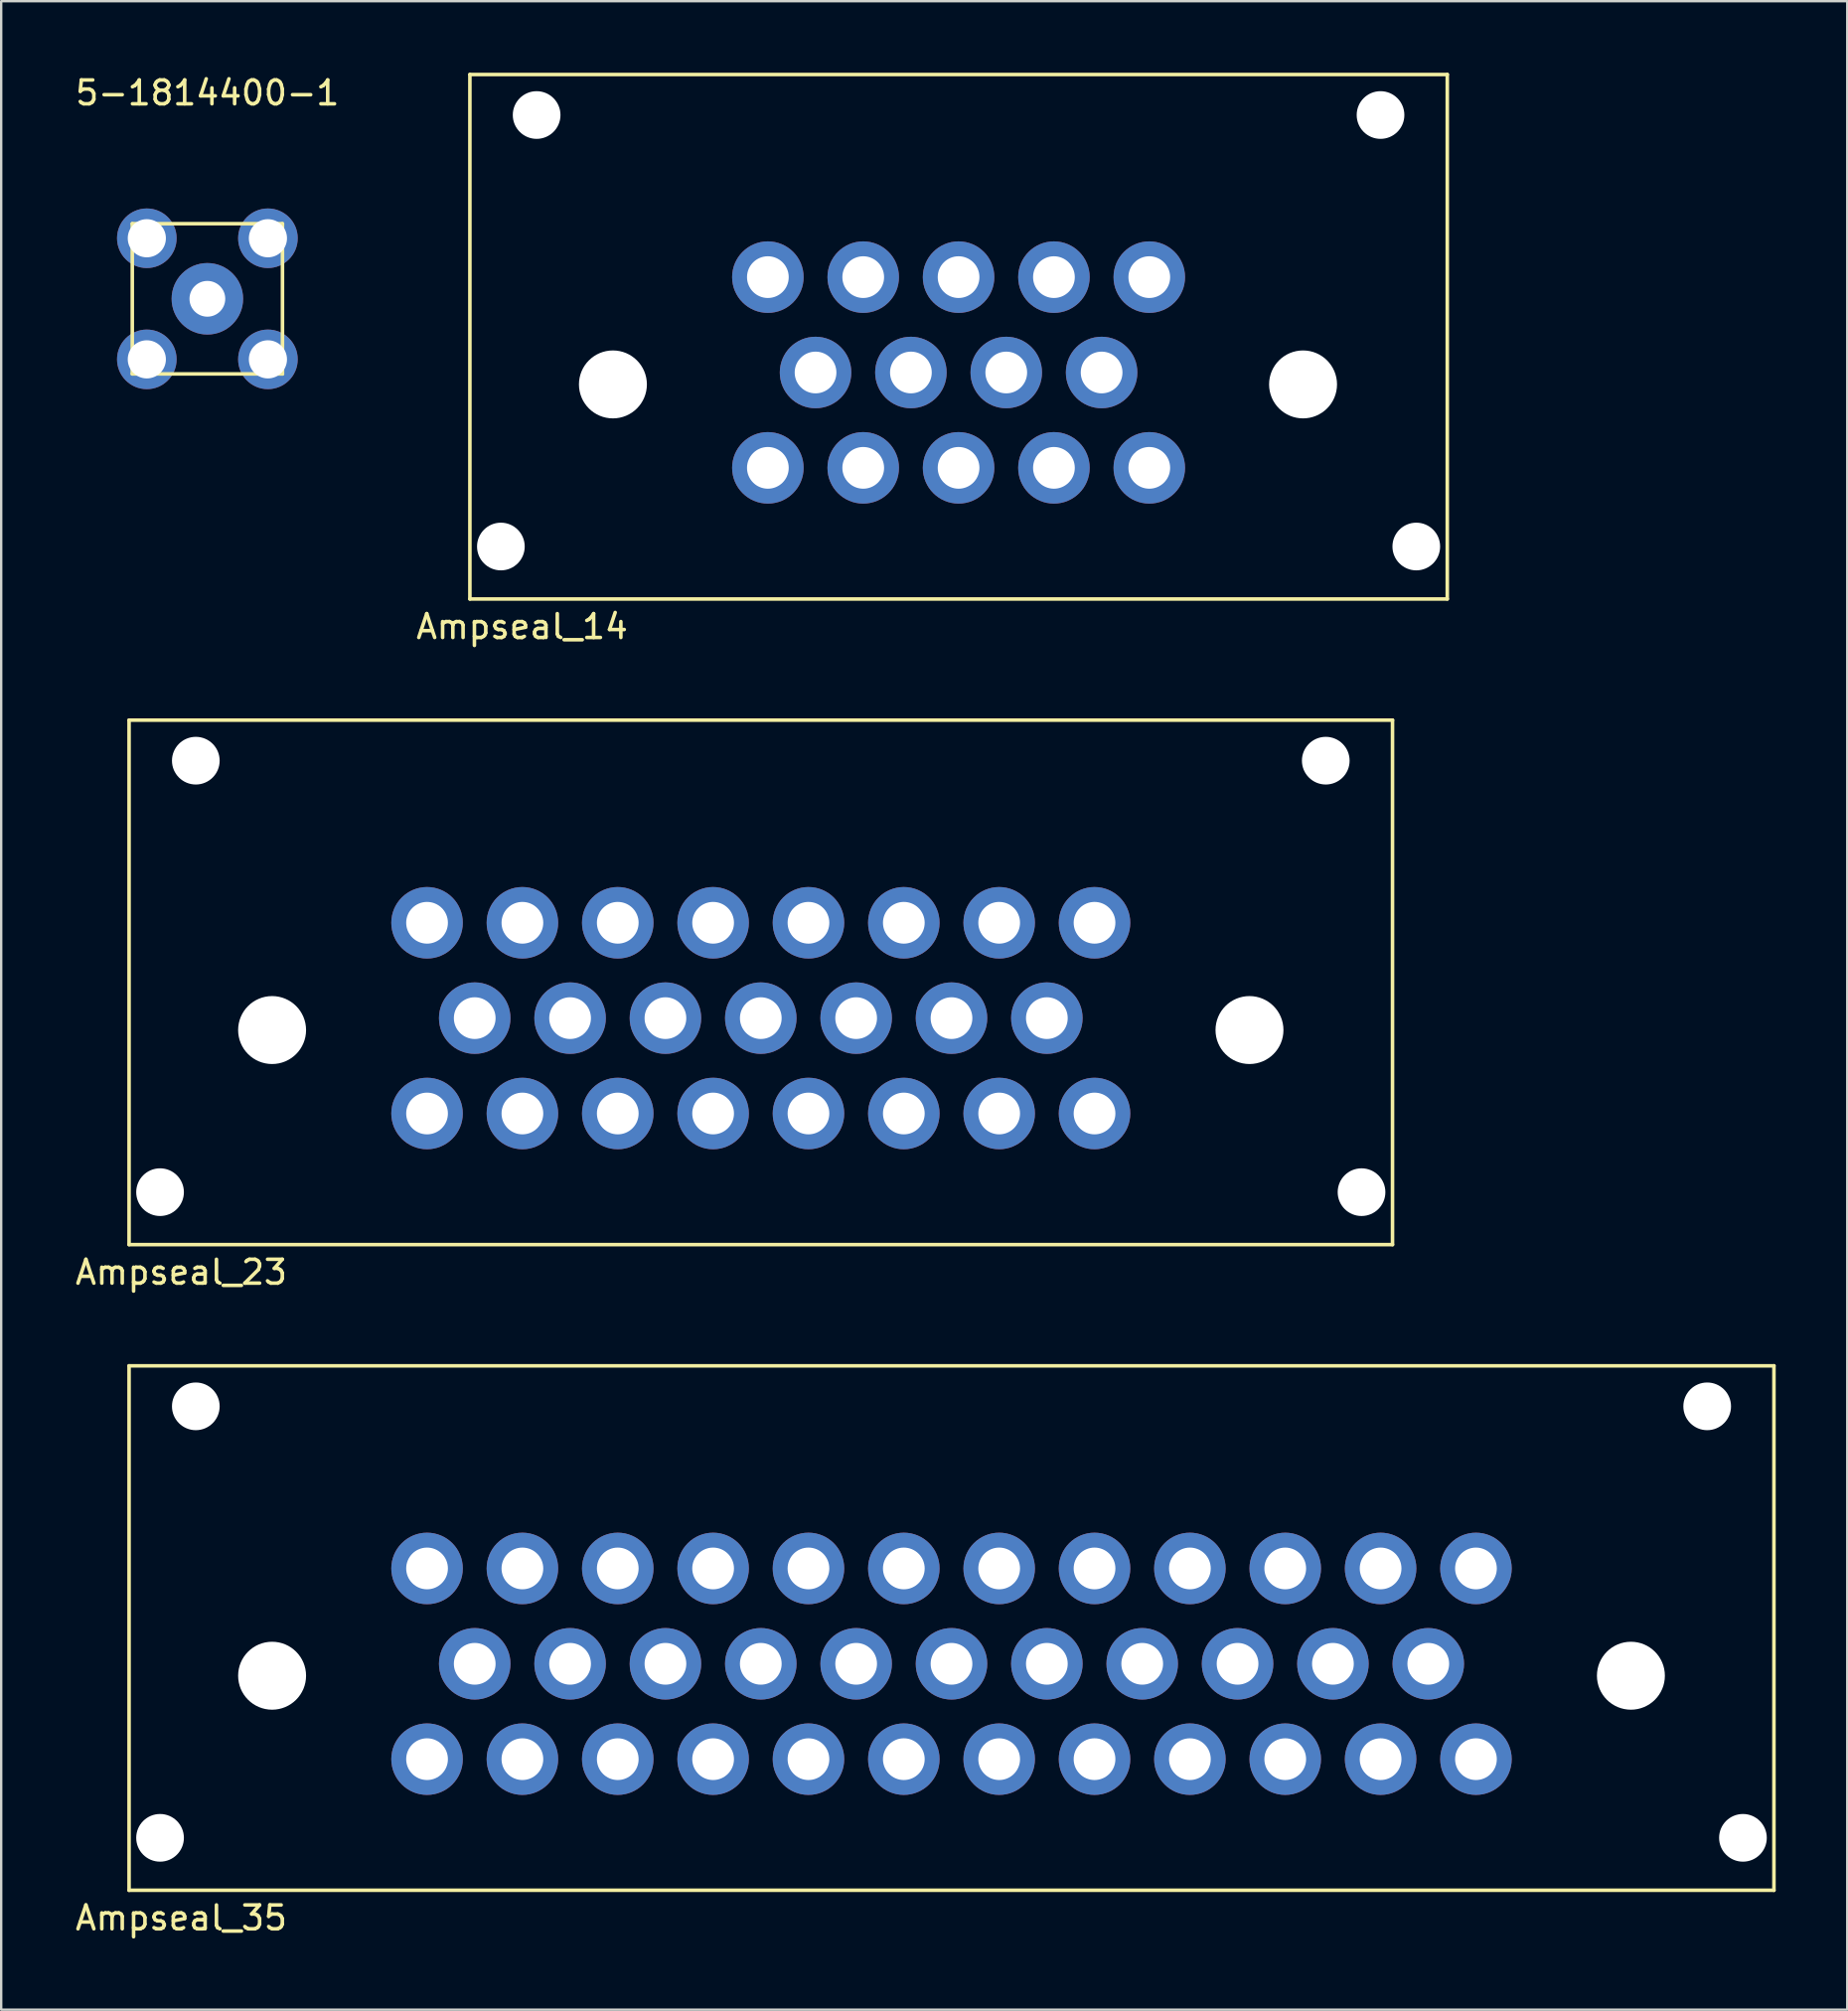
<source format=kicad_pcb>
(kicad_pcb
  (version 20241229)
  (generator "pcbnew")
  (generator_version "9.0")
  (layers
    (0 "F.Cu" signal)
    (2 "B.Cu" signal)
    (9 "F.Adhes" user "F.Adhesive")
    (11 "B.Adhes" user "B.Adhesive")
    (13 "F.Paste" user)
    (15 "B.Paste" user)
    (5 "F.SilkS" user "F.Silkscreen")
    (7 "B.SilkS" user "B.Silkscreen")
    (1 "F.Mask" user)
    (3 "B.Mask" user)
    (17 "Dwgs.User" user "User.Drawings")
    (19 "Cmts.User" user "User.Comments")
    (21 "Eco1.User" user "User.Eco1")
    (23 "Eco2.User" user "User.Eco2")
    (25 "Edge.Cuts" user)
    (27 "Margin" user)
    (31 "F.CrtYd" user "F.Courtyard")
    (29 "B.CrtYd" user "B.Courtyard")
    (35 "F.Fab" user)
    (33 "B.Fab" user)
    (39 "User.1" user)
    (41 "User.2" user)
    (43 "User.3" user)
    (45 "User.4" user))
  (footprint "Ampseal_14"
    (layer "F.Cu")
    (at 22.661 13.075)
    (property "Reference" "Ampseal_14" (at -3.81 10.16 0) (layer "F.SilkS") (effects (font (size 1 1) (thickness 0.15))))
    (attr through_hole)
    (fp_line (start -6 -13) (end 35 -13) (stroke (width 0.15) (type solid)) (layer "F.SilkS"))
    (fp_line (start -6 9) (end -6 -13) (stroke (width 0.15) (type solid)) (layer "F.SilkS"))
    (fp_line (start 35 -13) (end 35 9) (stroke (width 0.15) (type solid)) (layer "F.SilkS"))
    (fp_line (start 35 9) (end -6 9) (stroke (width 0.15) (type solid)) (layer "F.SilkS"))
    (pad "" np_thru_hole circle (at -4.7 6.8) (size 2 2) (drill 2) (layers "*.Cu" "*.Mask"))
    (pad "" np_thru_hole circle (at -3.2 -11.3) (size 2 2) (drill 2) (layers "*.Cu" "*.Mask"))
    (pad "" np_thru_hole circle (at 0 0) (size 2.85 2.85) (drill 2.85) (layers "*.Cu" "*.Mask"))
    (pad "" np_thru_hole circle (at 28.95 0) (size 2.85 2.85) (drill 2.85) (layers "*.Cu" "*.Mask"))
    (pad "" np_thru_hole circle (at 32.2 -11.3) (size 2 2) (drill 2) (layers "*.Cu" "*.Mask"))
    (pad "" np_thru_hole circle (at 33.7 6.8) (size 2 2) (drill 2) (layers "*.Cu" "*.Mask"))
    (pad "1" thru_hole circle (at 6.5 -4.5) (size 3 3) (drill 1.75) (layers "*.Cu" "*.Mask"))
    (pad "2" thru_hole circle (at 10.5 -4.5) (size 3 3) (drill 1.75) (layers "*.Cu" "*.Mask"))
    (pad "3" thru_hole circle (at 14.5 -4.5) (size 3 3) (drill 1.75) (layers "*.Cu" "*.Mask"))
    (pad "4" thru_hole circle (at 18.5 -4.5) (size 3 3) (drill 1.75) (layers "*.Cu" "*.Mask"))
    (pad "5" thru_hole circle (at 22.5 -4.5) (size 3 3) (drill 1.75) (layers "*.Cu" "*.Mask"))
    (pad "6" thru_hole circle (at 8.5 -0.5) (size 3 3) (drill 1.75) (layers "*.Cu" "*.Mask"))
    (pad "7" thru_hole circle (at 12.5 -0.5) (size 3 3) (drill 1.75) (layers "*.Cu" "*.Mask"))
    (pad "8" thru_hole circle (at 16.5 -0.5) (size 3 3) (drill 1.75) (layers "*.Cu" "*.Mask"))
    (pad "9" thru_hole circle (at 20.5 -0.5) (size 3 3) (drill 1.75) (layers "*.Cu" "*.Mask"))
    (pad "10" thru_hole circle (at 6.5 3.5) (size 3 3) (drill 1.75) (layers "*.Cu" "*.Mask"))
    (pad "11" thru_hole circle (at 10.5 3.5) (size 3 3) (drill 1.75) (layers "*.Cu" "*.Mask"))
    (pad "12" thru_hole circle (at 14.5 3.5) (size 3 3) (drill 1.75) (layers "*.Cu" "*.Mask"))
    (pad "13" thru_hole circle (at 18.5 3.5) (size 3 3) (drill 1.75) (layers "*.Cu" "*.Mask"))
    (pad "14" thru_hole circle (at 22.5 3.5) (size 3 3) (drill 1.75) (layers "*.Cu" "*.Mask")))
  (footprint "Ampseal_23"
    (layer "F.Cu")
    (at 8.364 40.158)
    (property "Reference" "Ampseal_23" (at -3.81 10.16 0) (layer "F.SilkS") (effects (font (size 1 1) (thickness 0.15))))
    (attr through_hole)
    (fp_line (start -6 -13) (end 47 -13) (stroke (width 0.15) (type solid)) (layer "F.SilkS"))
    (fp_line (start -6 9) (end -6 -13) (stroke (width 0.15) (type solid)) (layer "F.SilkS"))
    (fp_line (start 47 -13) (end 47 9) (stroke (width 0.15) (type solid)) (layer "F.SilkS"))
    (fp_line (start 47 9) (end -6 9) (stroke (width 0.15) (type solid)) (layer "F.SilkS"))
    (pad "" np_thru_hole circle (at -4.7 6.8) (size 2 2) (drill 2) (layers "*.Cu" "*.Mask"))
    (pad "" np_thru_hole circle (at -3.2 -11.3) (size 2 2) (drill 2) (layers "*.Cu" "*.Mask"))
    (pad "" np_thru_hole circle (at 0 0) (size 2.85 2.85) (drill 2.85) (layers "*.Cu" "*.Mask"))
    (pad "" np_thru_hole circle (at 41 0) (size 2.85 2.85) (drill 2.85) (layers "*.Cu" "*.Mask"))
    (pad "" np_thru_hole circle (at 44.2 -11.3) (size 2 2) (drill 2) (layers "*.Cu" "*.Mask"))
    (pad "" np_thru_hole circle (at 45.7 6.8) (size 2 2) (drill 2) (layers "*.Cu" "*.Mask"))
    (pad "1" thru_hole circle (at 6.5 -4.5) (size 3 3) (drill 1.75) (layers "*.Cu" "*.Mask"))
    (pad "2" thru_hole circle (at 10.5 -4.5) (size 3 3) (drill 1.75) (layers "*.Cu" "*.Mask"))
    (pad "3" thru_hole circle (at 14.5 -4.5) (size 3 3) (drill 1.75) (layers "*.Cu" "*.Mask"))
    (pad "4" thru_hole circle (at 18.5 -4.5) (size 3 3) (drill 1.75) (layers "*.Cu" "*.Mask"))
    (pad "5" thru_hole circle (at 22.5 -4.5) (size 3 3) (drill 1.75) (layers "*.Cu" "*.Mask"))
    (pad "6" thru_hole circle (at 26.5 -4.5) (size 3 3) (drill 1.75) (layers "*.Cu" "*.Mask"))
    (pad "7" thru_hole circle (at 30.5 -4.5) (size 3 3) (drill 1.75) (layers "*.Cu" "*.Mask"))
    (pad "8" thru_hole circle (at 34.5 -4.5) (size 3 3) (drill 1.75) (layers "*.Cu" "*.Mask"))
    (pad "9" thru_hole circle (at 8.5 -0.5) (size 3 3) (drill 1.75) (layers "*.Cu" "*.Mask"))
    (pad "10" thru_hole circle (at 12.5 -0.5) (size 3 3) (drill 1.75) (layers "*.Cu" "*.Mask"))
    (pad "11" thru_hole circle (at 16.5 -0.5) (size 3 3) (drill 1.75) (layers "*.Cu" "*.Mask"))
    (pad "12" thru_hole circle (at 20.5 -0.5) (size 3 3) (drill 1.75) (layers "*.Cu" "*.Mask"))
    (pad "13" thru_hole circle (at 24.5 -0.5) (size 3 3) (drill 1.75) (layers "*.Cu" "*.Mask"))
    (pad "14" thru_hole circle (at 28.5 -0.5) (size 3 3) (drill 1.75) (layers "*.Cu" "*.Mask"))
    (pad "15" thru_hole circle (at 32.5 -0.5) (size 3 3) (drill 1.75) (layers "*.Cu" "*.Mask"))
    (pad "16" thru_hole circle (at 6.5 3.5) (size 3 3) (drill 1.75) (layers "*.Cu" "*.Mask"))
    (pad "17" thru_hole circle (at 10.5 3.5) (size 3 3) (drill 1.75) (layers "*.Cu" "*.Mask"))
    (pad "18" thru_hole circle (at 14.5 3.5) (size 3 3) (drill 1.75) (layers "*.Cu" "*.Mask"))
    (pad "19" thru_hole circle (at 18.5 3.5) (size 3 3) (drill 1.75) (layers "*.Cu" "*.Mask"))
    (pad "20" thru_hole circle (at 22.5 3.5) (size 3 3) (drill 1.75) (layers "*.Cu" "*.Mask"))
    (pad "21" thru_hole circle (at 26.5 3.5) (size 3 3) (drill 1.75) (layers "*.Cu" "*.Mask"))
    (pad "22" thru_hole circle (at 30.5 3.5) (size 3 3) (drill 1.75) (layers "*.Cu" "*.Mask"))
    (pad "23" thru_hole circle (at 34.5 3.5) (size 3 3) (drill 1.75) (layers "*.Cu" "*.Mask")))
  (footprint "5-1814400-1"
    (layer "F.Cu")
    (at 5.649 9.484)
    (property "Reference" "5-1814400-1" (at 0 -8.636 0) (layer "F.SilkS") (effects (font (size 1 1) (thickness 0.15))))
    (attr through_hole)
    (fp_line (start -3.15 -3.15) (end 3.15 -3.15) (stroke (width 0.15) (type solid)) (layer "F.SilkS"))
    (fp_line (start -3.15 3.15) (end -3.15 -3.15) (stroke (width 0.15) (type solid)) (layer "F.SilkS"))
    (fp_line (start 3.15 -3.15) (end 3.15 3.15) (stroke (width 0.15) (type solid)) (layer "F.SilkS"))
    (fp_line (start 3.15 3.15) (end -3.15 3.15) (stroke (width 0.15) (type solid)) (layer "F.SilkS"))
    (pad "1" thru_hole circle (at 0 0) (size 3 3) (drill 1.5) (layers "*.Cu" "*.Mask"))
    (pad "2" thru_hole circle (at -2.54 -2.54) (size 2.5 2.5) (drill 1.6) (layers "*.Cu" "*.Mask"))
    (pad "2" thru_hole circle (at -2.54 2.54) (size 2.5 2.5) (drill 1.6) (layers "*.Cu" "*.Mask"))
    (pad "2" thru_hole circle (at 2.54 -2.54) (size 2.5 2.5) (drill 1.6) (layers "*.Cu" "*.Mask"))
    (pad "2" thru_hole circle (at 2.54 2.54) (size 2.5 2.5) (drill 1.6) (layers "*.Cu" "*.Mask")))
  (footprint "Ampseal_35"
    (layer "F.Cu")
    (at 8.364 67.242)
    (property "Reference" "Ampseal_35" (at -3.81 10.16 0) (layer "F.SilkS") (effects (font (size 1 1) (thickness 0.15))))
    (attr through_hole)
    (fp_line (start -6 -13) (end 63 -13) (stroke (width 0.15) (type solid)) (layer "F.SilkS"))
    (fp_line (start -6 9) (end -6 -13) (stroke (width 0.15) (type solid)) (layer "F.SilkS"))
    (fp_line (start 63 -13) (end 63 9) (stroke (width 0.15) (type solid)) (layer "F.SilkS"))
    (fp_line (start 63 9) (end -6 9) (stroke (width 0.15) (type solid)) (layer "F.SilkS"))
    (pad "" np_thru_hole circle (at -4.7 6.8) (size 2 2) (drill 2) (layers "*.Cu" "*.Mask"))
    (pad "" np_thru_hole circle (at -3.2 -11.3) (size 2 2) (drill 2) (layers "*.Cu" "*.Mask"))
    (pad "" np_thru_hole circle (at 0 0) (size 2.85 2.85) (drill 2.85) (layers "*.Cu" "*.Mask"))
    (pad "" np_thru_hole circle (at 57 0) (size 2.85 2.85) (drill 2.85) (layers "*.Cu" "*.Mask"))
    (pad "" np_thru_hole circle (at 60.2 -11.3) (size 2 2) (drill 2) (layers "*.Cu" "*.Mask"))
    (pad "" np_thru_hole circle (at 61.7 6.8) (size 2 2) (drill 2) (layers "*.Cu" "*.Mask"))
    (pad "1" thru_hole circle (at 6.5 -4.5) (size 3 3) (drill 1.75) (layers "*.Cu" "*.Mask"))
    (pad "2" thru_hole circle (at 10.5 -4.5) (size 3 3) (drill 1.75) (layers "*.Cu" "*.Mask"))
    (pad "3" thru_hole circle (at 14.5 -4.5) (size 3 3) (drill 1.75) (layers "*.Cu" "*.Mask"))
    (pad "4" thru_hole circle (at 18.5 -4.5) (size 3 3) (drill 1.75) (layers "*.Cu" "*.Mask"))
    (pad "5" thru_hole circle (at 22.5 -4.5) (size 3 3) (drill 1.75) (layers "*.Cu" "*.Mask"))
    (pad "6" thru_hole circle (at 26.5 -4.5) (size 3 3) (drill 1.75) (layers "*.Cu" "*.Mask"))
    (pad "7" thru_hole circle (at 30.5 -4.5) (size 3 3) (drill 1.75) (layers "*.Cu" "*.Mask"))
    (pad "8" thru_hole circle (at 34.5 -4.5) (size 3 3) (drill 1.75) (layers "*.Cu" "*.Mask"))
    (pad "9" thru_hole circle (at 38.5 -4.5) (size 3 3) (drill 1.75) (layers "*.Cu" "*.Mask"))
    (pad "10" thru_hole circle (at 42.5 -4.5) (size 3 3) (drill 1.75) (layers "*.Cu" "*.Mask"))
    (pad "11" thru_hole circle (at 46.5 -4.5) (size 3 3) (drill 1.75) (layers "*.Cu" "*.Mask"))
    (pad "12" thru_hole circle (at 50.5 -4.5) (size 3 3) (drill 1.75) (layers "*.Cu" "*.Mask"))
    (pad "13" thru_hole circle (at 8.5 -0.5) (size 3 3) (drill 1.75) (layers "*.Cu" "*.Mask"))
    (pad "14" thru_hole circle (at 12.5 -0.5) (size 3 3) (drill 1.75) (layers "*.Cu" "*.Mask"))
    (pad "15" thru_hole circle (at 16.5 -0.5) (size 3 3) (drill 1.75) (layers "*.Cu" "*.Mask"))
    (pad "16" thru_hole circle (at 20.5 -0.5) (size 3 3) (drill 1.75) (layers "*.Cu" "*.Mask"))
    (pad "17" thru_hole circle (at 24.5 -0.5) (size 3 3) (drill 1.75) (layers "*.Cu" "*.Mask"))
    (pad "18" thru_hole circle (at 28.5 -0.5) (size 3 3) (drill 1.75) (layers "*.Cu" "*.Mask"))
    (pad "19" thru_hole circle (at 32.5 -0.5) (size 3 3) (drill 1.75) (layers "*.Cu" "*.Mask"))
    (pad "20" thru_hole circle (at 36.5 -0.5) (size 3 3) (drill 1.75) (layers "*.Cu" "*.Mask"))
    (pad "21" thru_hole circle (at 40.5 -0.5) (size 3 3) (drill 1.75) (layers "*.Cu" "*.Mask"))
    (pad "22" thru_hole circle (at 44.5 -0.5) (size 3 3) (drill 1.75) (layers "*.Cu" "*.Mask"))
    (pad "23" thru_hole circle (at 48.5 -0.5) (size 3 3) (drill 1.75) (layers "*.Cu" "*.Mask"))
    (pad "24" thru_hole circle (at 6.5 3.5) (size 3 3) (drill 1.75) (layers "*.Cu" "*.Mask"))
    (pad "25" thru_hole circle (at 10.5 3.5) (size 3 3) (drill 1.75) (layers "*.Cu" "*.Mask"))
    (pad "26" thru_hole circle (at 14.5 3.5) (size 3 3) (drill 1.75) (layers "*.Cu" "*.Mask"))
    (pad "27" thru_hole circle (at 18.5 3.5) (size 3 3) (drill 1.75) (layers "*.Cu" "*.Mask"))
    (pad "28" thru_hole circle (at 22.5 3.5) (size 3 3) (drill 1.75) (layers "*.Cu" "*.Mask"))
    (pad "29" thru_hole circle (at 26.5 3.5) (size 3 3) (drill 1.75) (layers "*.Cu" "*.Mask"))
    (pad "30" thru_hole circle (at 30.5 3.5) (size 3 3) (drill 1.75) (layers "*.Cu" "*.Mask"))
    (pad "31" thru_hole circle (at 34.5 3.5) (size 3 3) (drill 1.75) (layers "*.Cu" "*.Mask"))
    (pad "32" thru_hole circle (at 38.5 3.5) (size 3 3) (drill 1.75) (layers "*.Cu" "*.Mask"))
    (pad "33" thru_hole circle (at 42.5 3.5) (size 3 3) (drill 1.75) (layers "*.Cu" "*.Mask"))
    (pad "34" thru_hole circle (at 46.5 3.5) (size 3 3) (drill 1.75) (layers "*.Cu" "*.Mask"))
    (pad "35" thru_hole circle (at 50.5 3.5) (size 3 3) (drill 1.75) (layers "*.Cu" "*.Mask")))
  (gr_rect
    (start -3 -3)
    (end 74.439 81.25)
    (stroke (width 0.1) (type default))
    (fill no)
    (layer "Edge.Cuts")))
</source>
